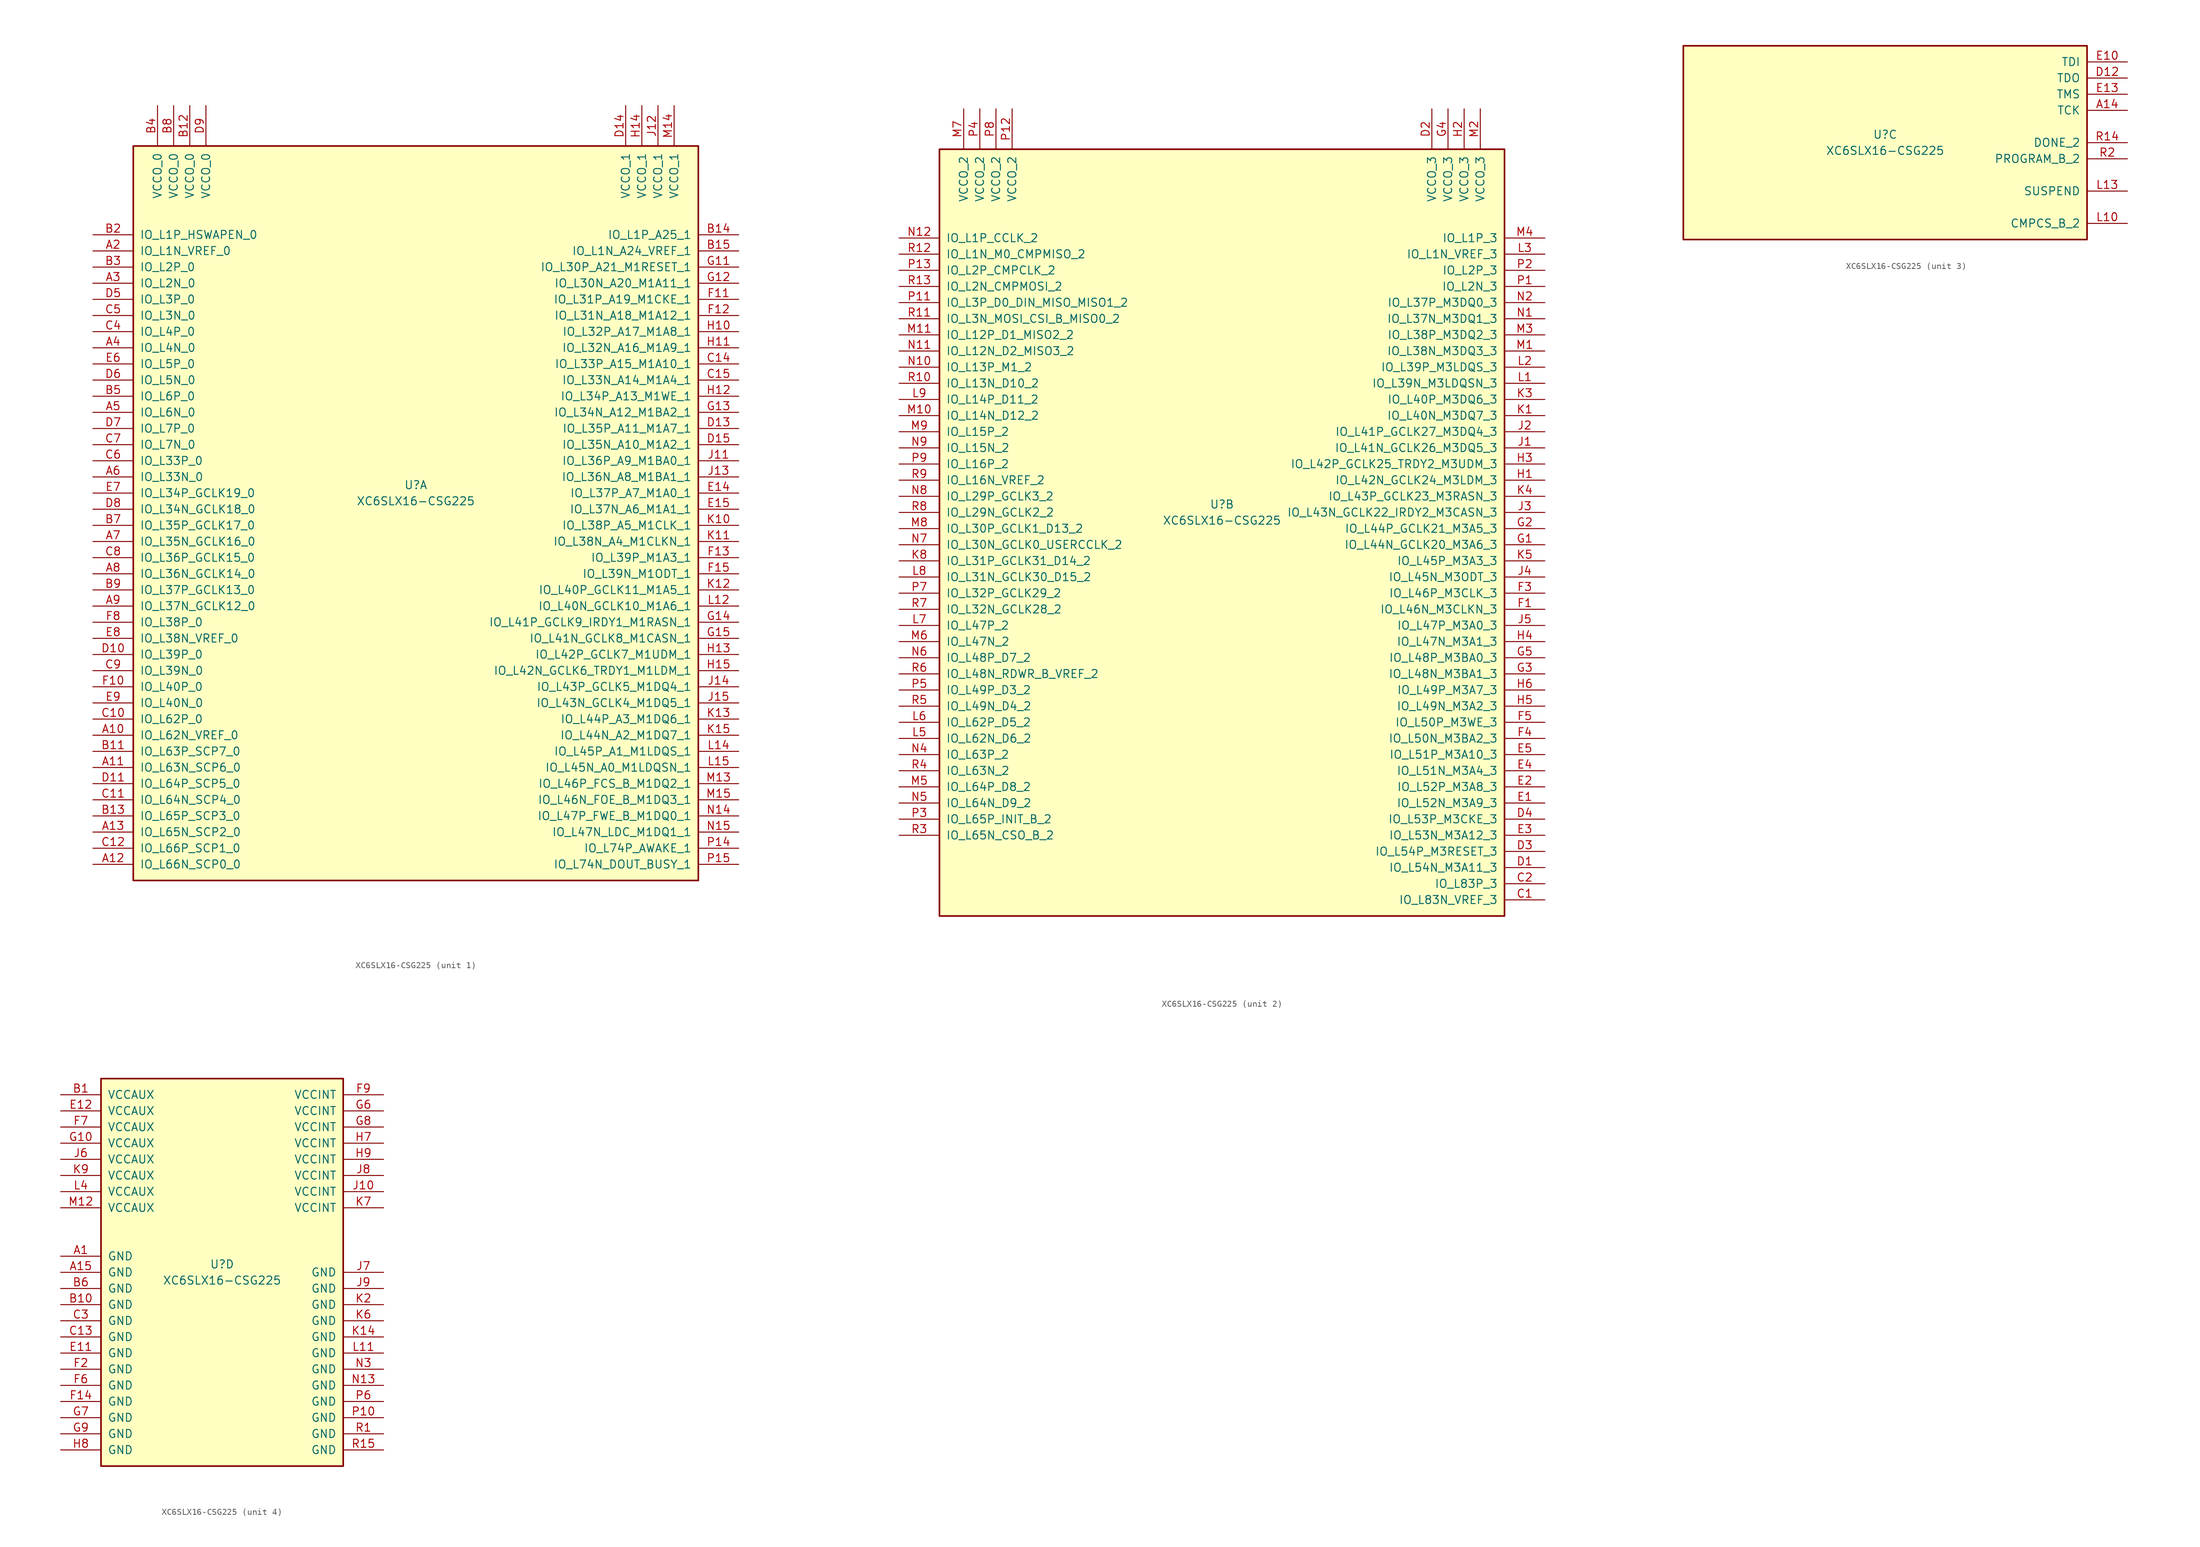
<source format=kicad_sym>
(kicad_symbol_lib
  (version 20220914)
  (generator kicad_symbol_editor)
  (symbol "XC6SLX16-CSG225"
    (pin_names
      (offset 1.016))
    (property "Reference" "U"
      (at 0 1.27 0)
      (effects (font (size 1.27 1.27))))
    (property "Value" "XC6SLX16-CSG225"
      (at 0 -1.27 0)
      (effects (font (size 1.27 1.27))))
    (property "Datasheet" ""
      (at 0 0 0)
      (effects (font (size 1.27 1.27))))
    (property "ki_locked" ""
      (at 0 0 0)
      (effects (font (size 1.27 1.27))))
    (symbol "XC6SLX16-CSG225_1_1"
      (rectangle (start -44.45 54.61) (end 44.45 -60.96) (stroke (width 0.254) (type default)) (fill (type background)))
      (pin bidirectional line (at -50.8 -38.1 0) (length 6.35) (name "IO_L62N_VREF_0" (effects (font (size 1.27 1.27)))) (number "A10" (effects (font (size 1.27 1.27)))))
      (pin bidirectional line (at -50.8 -43.18 0) (length 6.35) (name "IO_L63N_SCP6_0" (effects (font (size 1.27 1.27)))) (number "A11" (effects (font (size 1.27 1.27)))))
      (pin bidirectional line (at -50.8 -58.42 0) (length 6.35) (name "IO_L66N_SCP0_0" (effects (font (size 1.27 1.27)))) (number "A12" (effects (font (size 1.27 1.27)))))
      (pin bidirectional line (at -50.8 -53.34 0) (length 6.35) (name "IO_L65N_SCP2_0" (effects (font (size 1.27 1.27)))) (number "A13" (effects (font (size 1.27 1.27)))))
      (pin bidirectional line (at -50.8 38.1 0) (length 6.35) (name "IO_L1N_VREF_0" (effects (font (size 1.27 1.27)))) (number "A2" (effects (font (size 1.27 1.27)))))
      (pin bidirectional line (at -50.8 33.02 0) (length 6.35) (name "IO_L2N_0" (effects (font (size 1.27 1.27)))) (number "A3" (effects (font (size 1.27 1.27)))))
      (pin bidirectional line (at -50.8 22.86 0) (length 6.35) (name "IO_L4N_0" (effects (font (size 1.27 1.27)))) (number "A4" (effects (font (size 1.27 1.27)))))
      (pin bidirectional line (at -50.8 12.7 0) (length 6.35) (name "IO_L6N_0" (effects (font (size 1.27 1.27)))) (number "A5" (effects (font (size 1.27 1.27)))))
      (pin bidirectional line (at -50.8 2.54 0) (length 6.35) (name "IO_L33N_0" (effects (font (size 1.27 1.27)))) (number "A6" (effects (font (size 1.27 1.27)))))
      (pin bidirectional line (at -50.8 -7.62 0) (length 6.35) (name "IO_L35N_GCLK16_0" (effects (font (size 1.27 1.27)))) (number "A7" (effects (font (size 1.27 1.27)))))
      (pin bidirectional line (at -50.8 -12.7 0) (length 6.35) (name "IO_L36N_GCLK14_0" (effects (font (size 1.27 1.27)))) (number "A8" (effects (font (size 1.27 1.27)))))
      (pin bidirectional line (at -50.8 -17.78 0) (length 6.35) (name "IO_L37N_GCLK12_0" (effects (font (size 1.27 1.27)))) (number "A9" (effects (font (size 1.27 1.27)))))
      (pin bidirectional line (at -50.8 -40.64 0) (length 6.35) (name "IO_L63P_SCP7_0" (effects (font (size 1.27 1.27)))) (number "B11" (effects (font (size 1.27 1.27)))))
      (pin power_in line (at -35.56 60.96 270) (length 6.35) (name "VCCO_0" (effects (font (size 1.27 1.27)))) (number "B12" (effects (font (size 1.27 1.27)))))
      (pin bidirectional line (at -50.8 -50.8 0) (length 6.35) (name "IO_L65P_SCP3_0" (effects (font (size 1.27 1.27)))) (number "B13" (effects (font (size 1.27 1.27)))))
      (pin bidirectional line (at 50.8 40.64 180) (length 6.35) (name "IO_L1P_A25_1" (effects (font (size 1.27 1.27)))) (number "B14" (effects (font (size 1.27 1.27)))))
      (pin bidirectional line (at 50.8 38.1 180) (length 6.35) (name "IO_L1N_A24_VREF_1" (effects (font (size 1.27 1.27)))) (number "B15" (effects (font (size 1.27 1.27)))))
      (pin bidirectional line (at -50.8 40.64 0) (length 6.35) (name "IO_L1P_HSWAPEN_0" (effects (font (size 1.27 1.27)))) (number "B2" (effects (font (size 1.27 1.27)))))
      (pin bidirectional line (at -50.8 35.56 0) (length 6.35) (name "IO_L2P_0" (effects (font (size 1.27 1.27)))) (number "B3" (effects (font (size 1.27 1.27)))))
      (pin power_in line (at -40.64 60.96 270) (length 6.35) (name "VCCO_0" (effects (font (size 1.27 1.27)))) (number "B4" (effects (font (size 1.27 1.27)))))
      (pin bidirectional line (at -50.8 15.24 0) (length 6.35) (name "IO_L6P_0" (effects (font (size 1.27 1.27)))) (number "B5" (effects (font (size 1.27 1.27)))))
      (pin bidirectional line (at -50.8 -5.08 0) (length 6.35) (name "IO_L35P_GCLK17_0" (effects (font (size 1.27 1.27)))) (number "B7" (effects (font (size 1.27 1.27)))))
      (pin power_in line (at -38.1 60.96 270) (length 6.35) (name "VCCO_0" (effects (font (size 1.27 1.27)))) (number "B8" (effects (font (size 1.27 1.27)))))
      (pin bidirectional line (at -50.8 -15.24 0) (length 6.35) (name "IO_L37P_GCLK13_0" (effects (font (size 1.27 1.27)))) (number "B9" (effects (font (size 1.27 1.27)))))
      (pin bidirectional line (at -50.8 -35.56 0) (length 6.35) (name "IO_L62P_0" (effects (font (size 1.27 1.27)))) (number "C10" (effects (font (size 1.27 1.27)))))
      (pin bidirectional line (at -50.8 -48.26 0) (length 6.35) (name "IO_L64N_SCP4_0" (effects (font (size 1.27 1.27)))) (number "C11" (effects (font (size 1.27 1.27)))))
      (pin bidirectional line (at -50.8 -55.88 0) (length 6.35) (name "IO_L66P_SCP1_0" (effects (font (size 1.27 1.27)))) (number "C12" (effects (font (size 1.27 1.27)))))
      (pin bidirectional line (at 50.8 20.32 180) (length 6.35) (name "IO_L33P_A15_M1A10_1" (effects (font (size 1.27 1.27)))) (number "C14" (effects (font (size 1.27 1.27)))))
      (pin bidirectional line (at 50.8 17.78 180) (length 6.35) (name "IO_L33N_A14_M1A4_1" (effects (font (size 1.27 1.27)))) (number "C15" (effects (font (size 1.27 1.27)))))
      (pin bidirectional line (at -50.8 25.4 0) (length 6.35) (name "IO_L4P_0" (effects (font (size 1.27 1.27)))) (number "C4" (effects (font (size 1.27 1.27)))))
      (pin bidirectional line (at -50.8 27.94 0) (length 6.35) (name "IO_L3N_0" (effects (font (size 1.27 1.27)))) (number "C5" (effects (font (size 1.27 1.27)))))
      (pin bidirectional line (at -50.8 5.08 0) (length 6.35) (name "IO_L33P_0" (effects (font (size 1.27 1.27)))) (number "C6" (effects (font (size 1.27 1.27)))))
      (pin bidirectional line (at -50.8 7.62 0) (length 6.35) (name "IO_L7N_0" (effects (font (size 1.27 1.27)))) (number "C7" (effects (font (size 1.27 1.27)))))
      (pin bidirectional line (at -50.8 -10.16 0) (length 6.35) (name "IO_L36P_GCLK15_0" (effects (font (size 1.27 1.27)))) (number "C8" (effects (font (size 1.27 1.27)))))
      (pin bidirectional line (at -50.8 -27.94 0) (length 6.35) (name "IO_L39N_0" (effects (font (size 1.27 1.27)))) (number "C9" (effects (font (size 1.27 1.27)))))
      (pin bidirectional line (at -50.8 -25.4 0) (length 6.35) (name "IO_L39P_0" (effects (font (size 1.27 1.27)))) (number "D10" (effects (font (size 1.27 1.27)))))
      (pin bidirectional line (at -50.8 -45.72 0) (length 6.35) (name "IO_L64P_SCP5_0" (effects (font (size 1.27 1.27)))) (number "D11" (effects (font (size 1.27 1.27)))))
      (pin bidirectional line (at 50.8 10.16 180) (length 6.35) (name "IO_L35P_A11_M1A7_1" (effects (font (size 1.27 1.27)))) (number "D13" (effects (font (size 1.27 1.27)))))
      (pin power_in line (at 33.02 60.96 270) (length 6.35) (name "VCCO_1" (effects (font (size 1.27 1.27)))) (number "D14" (effects (font (size 1.27 1.27)))))
      (pin bidirectional line (at 50.8 7.62 180) (length 6.35) (name "IO_L35N_A10_M1A2_1" (effects (font (size 1.27 1.27)))) (number "D15" (effects (font (size 1.27 1.27)))))
      (pin bidirectional line (at -50.8 30.48 0) (length 6.35) (name "IO_L3P_0" (effects (font (size 1.27 1.27)))) (number "D5" (effects (font (size 1.27 1.27)))))
      (pin bidirectional line (at -50.8 17.78 0) (length 6.35) (name "IO_L5N_0" (effects (font (size 1.27 1.27)))) (number "D6" (effects (font (size 1.27 1.27)))))
      (pin bidirectional line (at -50.8 10.16 0) (length 6.35) (name "IO_L7P_0" (effects (font (size 1.27 1.27)))) (number "D7" (effects (font (size 1.27 1.27)))))
      (pin bidirectional line (at -50.8 -2.54 0) (length 6.35) (name "IO_L34N_GCLK18_0" (effects (font (size 1.27 1.27)))) (number "D8" (effects (font (size 1.27 1.27)))))
      (pin power_in line (at -33.02 60.96 270) (length 6.35) (name "VCCO_0" (effects (font (size 1.27 1.27)))) (number "D9" (effects (font (size 1.27 1.27)))))
      (pin bidirectional line (at 50.8 0 180) (length 6.35) (name "IO_L37P_A7_M1A0_1" (effects (font (size 1.27 1.27)))) (number "E14" (effects (font (size 1.27 1.27)))))
      (pin bidirectional line (at 50.8 -2.54 180) (length 6.35) (name "IO_L37N_A6_M1A1_1" (effects (font (size 1.27 1.27)))) (number "E15" (effects (font (size 1.27 1.27)))))
      (pin bidirectional line (at -50.8 20.32 0) (length 6.35) (name "IO_L5P_0" (effects (font (size 1.27 1.27)))) (number "E6" (effects (font (size 1.27 1.27)))))
      (pin bidirectional line (at -50.8 0 0) (length 6.35) (name "IO_L34P_GCLK19_0" (effects (font (size 1.27 1.27)))) (number "E7" (effects (font (size 1.27 1.27)))))
      (pin bidirectional line (at -50.8 -22.86 0) (length 6.35) (name "IO_L38N_VREF_0" (effects (font (size 1.27 1.27)))) (number "E8" (effects (font (size 1.27 1.27)))))
      (pin bidirectional line (at -50.8 -33.02 0) (length 6.35) (name "IO_L40N_0" (effects (font (size 1.27 1.27)))) (number "E9" (effects (font (size 1.27 1.27)))))
      (pin bidirectional line (at -50.8 -30.48 0) (length 6.35) (name "IO_L40P_0" (effects (font (size 1.27 1.27)))) (number "F10" (effects (font (size 1.27 1.27)))))
      (pin bidirectional line (at 50.8 30.48 180) (length 6.35) (name "IO_L31P_A19_M1CKE_1" (effects (font (size 1.27 1.27)))) (number "F11" (effects (font (size 1.27 1.27)))))
      (pin bidirectional line (at 50.8 27.94 180) (length 6.35) (name "IO_L31N_A18_M1A12_1" (effects (font (size 1.27 1.27)))) (number "F12" (effects (font (size 1.27 1.27)))))
      (pin bidirectional line (at 50.8 -10.16 180) (length 6.35) (name "IO_L39P_M1A3_1" (effects (font (size 1.27 1.27)))) (number "F13" (effects (font (size 1.27 1.27)))))
      (pin bidirectional line (at 50.8 -12.7 180) (length 6.35) (name "IO_L39N_M1ODT_1" (effects (font (size 1.27 1.27)))) (number "F15" (effects (font (size 1.27 1.27)))))
      (pin bidirectional line (at -50.8 -20.32 0) (length 6.35) (name "IO_L38P_0" (effects (font (size 1.27 1.27)))) (number "F8" (effects (font (size 1.27 1.27)))))
      (pin bidirectional line (at 50.8 35.56 180) (length 6.35) (name "IO_L30P_A21_M1RESET_1" (effects (font (size 1.27 1.27)))) (number "G11" (effects (font (size 1.27 1.27)))))
      (pin bidirectional line (at 50.8 33.02 180) (length 6.35) (name "IO_L30N_A20_M1A11_1" (effects (font (size 1.27 1.27)))) (number "G12" (effects (font (size 1.27 1.27)))))
      (pin bidirectional line (at 50.8 12.7 180) (length 6.35) (name "IO_L34N_A12_M1BA2_1" (effects (font (size 1.27 1.27)))) (number "G13" (effects (font (size 1.27 1.27)))))
      (pin bidirectional line (at 50.8 -20.32 180) (length 6.35) (name "IO_L41P_GCLK9_IRDY1_M1RASN_1" (effects (font (size 1.27 1.27)))) (number "G14" (effects (font (size 1.27 1.27)))))
      (pin bidirectional line (at 50.8 -22.86 180) (length 6.35) (name "IO_L41N_GCLK8_M1CASN_1" (effects (font (size 1.27 1.27)))) (number "G15" (effects (font (size 1.27 1.27)))))
      (pin bidirectional line (at 50.8 25.4 180) (length 6.35) (name "IO_L32P_A17_M1A8_1" (effects (font (size 1.27 1.27)))) (number "H10" (effects (font (size 1.27 1.27)))))
      (pin bidirectional line (at 50.8 22.86 180) (length 6.35) (name "IO_L32N_A16_M1A9_1" (effects (font (size 1.27 1.27)))) (number "H11" (effects (font (size 1.27 1.27)))))
      (pin bidirectional line (at 50.8 15.24 180) (length 6.35) (name "IO_L34P_A13_M1WE_1" (effects (font (size 1.27 1.27)))) (number "H12" (effects (font (size 1.27 1.27)))))
      (pin bidirectional line (at 50.8 -25.4 180) (length 6.35) (name "IO_L42P_GCLK7_M1UDM_1" (effects (font (size 1.27 1.27)))) (number "H13" (effects (font (size 1.27 1.27)))))
      (pin power_in line (at 35.56 60.96 270) (length 6.35) (name "VCCO_1" (effects (font (size 1.27 1.27)))) (number "H14" (effects (font (size 1.27 1.27)))))
      (pin bidirectional line (at 50.8 -27.94 180) (length 6.35) (name "IO_L42N_GCLK6_TRDY1_M1LDM_1" (effects (font (size 1.27 1.27)))) (number "H15" (effects (font (size 1.27 1.27)))))
      (pin bidirectional line (at 50.8 5.08 180) (length 6.35) (name "IO_L36P_A9_M1BA0_1" (effects (font (size 1.27 1.27)))) (number "J11" (effects (font (size 1.27 1.27)))))
      (pin power_in line (at 38.1 60.96 270) (length 6.35) (name "VCCO_1" (effects (font (size 1.27 1.27)))) (number "J12" (effects (font (size 1.27 1.27)))))
      (pin bidirectional line (at 50.8 2.54 180) (length 6.35) (name "IO_L36N_A8_M1BA1_1" (effects (font (size 1.27 1.27)))) (number "J13" (effects (font (size 1.27 1.27)))))
      (pin bidirectional line (at 50.8 -30.48 180) (length 6.35) (name "IO_L43P_GCLK5_M1DQ4_1" (effects (font (size 1.27 1.27)))) (number "J14" (effects (font (size 1.27 1.27)))))
      (pin bidirectional line (at 50.8 -33.02 180) (length 6.35) (name "IO_L43N_GCLK4_M1DQ5_1" (effects (font (size 1.27 1.27)))) (number "J15" (effects (font (size 1.27 1.27)))))
      (pin bidirectional line (at 50.8 -5.08 180) (length 6.35) (name "IO_L38P_A5_M1CLK_1" (effects (font (size 1.27 1.27)))) (number "K10" (effects (font (size 1.27 1.27)))))
      (pin bidirectional line (at 50.8 -7.62 180) (length 6.35) (name "IO_L38N_A4_M1CLKN_1" (effects (font (size 1.27 1.27)))) (number "K11" (effects (font (size 1.27 1.27)))))
      (pin bidirectional line (at 50.8 -15.24 180) (length 6.35) (name "IO_L40P_GCLK11_M1A5_1" (effects (font (size 1.27 1.27)))) (number "K12" (effects (font (size 1.27 1.27)))))
      (pin bidirectional line (at 50.8 -35.56 180) (length 6.35) (name "IO_L44P_A3_M1DQ6_1" (effects (font (size 1.27 1.27)))) (number "K13" (effects (font (size 1.27 1.27)))))
      (pin bidirectional line (at 50.8 -38.1 180) (length 6.35) (name "IO_L44N_A2_M1DQ7_1" (effects (font (size 1.27 1.27)))) (number "K15" (effects (font (size 1.27 1.27)))))
      (pin bidirectional line (at 50.8 -17.78 180) (length 6.35) (name "IO_L40N_GCLK10_M1A6_1" (effects (font (size 1.27 1.27)))) (number "L12" (effects (font (size 1.27 1.27)))))
      (pin bidirectional line (at 50.8 -40.64 180) (length 6.35) (name "IO_L45P_A1_M1LDQS_1" (effects (font (size 1.27 1.27)))) (number "L14" (effects (font (size 1.27 1.27)))))
      (pin bidirectional line (at 50.8 -43.18 180) (length 6.35) (name "IO_L45N_A0_M1LDQSN_1" (effects (font (size 1.27 1.27)))) (number "L15" (effects (font (size 1.27 1.27)))))
      (pin bidirectional line (at 50.8 -45.72 180) (length 6.35) (name "IO_L46P_FCS_B_M1DQ2_1" (effects (font (size 1.27 1.27)))) (number "M13" (effects (font (size 1.27 1.27)))))
      (pin power_in line (at 40.64 60.96 270) (length 6.35) (name "VCCO_1" (effects (font (size 1.27 1.27)))) (number "M14" (effects (font (size 1.27 1.27)))))
      (pin bidirectional line (at 50.8 -48.26 180) (length 6.35) (name "IO_L46N_FOE_B_M1DQ3_1" (effects (font (size 1.27 1.27)))) (number "M15" (effects (font (size 1.27 1.27)))))
      (pin bidirectional line (at 50.8 -50.8 180) (length 6.35) (name "IO_L47P_FWE_B_M1DQ0_1" (effects (font (size 1.27 1.27)))) (number "N14" (effects (font (size 1.27 1.27)))))
      (pin bidirectional line (at 50.8 -53.34 180) (length 6.35) (name "IO_L47N_LDC_M1DQ1_1" (effects (font (size 1.27 1.27)))) (number "N15" (effects (font (size 1.27 1.27)))))
      (pin bidirectional line (at 50.8 -55.88 180) (length 6.35) (name "IO_L74P_AWAKE_1" (effects (font (size 1.27 1.27)))) (number "P14" (effects (font (size 1.27 1.27)))))
      (pin bidirectional line (at 50.8 -58.42 180) (length 6.35) (name "IO_L74N_DOUT_BUSY_1" (effects (font (size 1.27 1.27)))) (number "P15" (effects (font (size 1.27 1.27))))))
    (symbol "XC6SLX16-CSG225_2_1"
      (rectangle (start -44.45 57.15) (end 44.45 -63.5) (stroke (width 0.254) (type default)) (fill (type background)))
      (pin bidirectional line (at 50.8 -60.96 180) (length 6.35) (name "IO_L83N_VREF_3" (effects (font (size 1.27 1.27)))) (number "C1" (effects (font (size 1.27 1.27)))))
      (pin bidirectional line (at 50.8 -58.42 180) (length 6.35) (name "IO_L83P_3" (effects (font (size 1.27 1.27)))) (number "C2" (effects (font (size 1.27 1.27)))))
      (pin bidirectional line (at 50.8 -55.88 180) (length 6.35) (name "IO_L54N_M3A11_3" (effects (font (size 1.27 1.27)))) (number "D1" (effects (font (size 1.27 1.27)))))
      (pin power_in line (at 33.02 63.5 270) (length 6.35) (name "VCCO_3" (effects (font (size 1.27 1.27)))) (number "D2" (effects (font (size 1.27 1.27)))))
      (pin bidirectional line (at 50.8 -53.34 180) (length 6.35) (name "IO_L54P_M3RESET_3" (effects (font (size 1.27 1.27)))) (number "D3" (effects (font (size 1.27 1.27)))))
      (pin bidirectional line (at 50.8 -48.26 180) (length 6.35) (name "IO_L53P_M3CKE_3" (effects (font (size 1.27 1.27)))) (number "D4" (effects (font (size 1.27 1.27)))))
      (pin bidirectional line (at 50.8 -45.72 180) (length 6.35) (name "IO_L52N_M3A9_3" (effects (font (size 1.27 1.27)))) (number "E1" (effects (font (size 1.27 1.27)))))
      (pin bidirectional line (at 50.8 -43.18 180) (length 6.35) (name "IO_L52P_M3A8_3" (effects (font (size 1.27 1.27)))) (number "E2" (effects (font (size 1.27 1.27)))))
      (pin bidirectional line (at 50.8 -50.8 180) (length 6.35) (name "IO_L53N_M3A12_3" (effects (font (size 1.27 1.27)))) (number "E3" (effects (font (size 1.27 1.27)))))
      (pin bidirectional line (at 50.8 -40.64 180) (length 6.35) (name "IO_L51N_M3A4_3" (effects (font (size 1.27 1.27)))) (number "E4" (effects (font (size 1.27 1.27)))))
      (pin bidirectional line (at 50.8 -38.1 180) (length 6.35) (name "IO_L51P_M3A10_3" (effects (font (size 1.27 1.27)))) (number "E5" (effects (font (size 1.27 1.27)))))
      (pin bidirectional line (at 50.8 -15.24 180) (length 6.35) (name "IO_L46N_M3CLKN_3" (effects (font (size 1.27 1.27)))) (number "F1" (effects (font (size 1.27 1.27)))))
      (pin bidirectional line (at 50.8 -12.7 180) (length 6.35) (name "IO_L46P_M3CLK_3" (effects (font (size 1.27 1.27)))) (number "F3" (effects (font (size 1.27 1.27)))))
      (pin bidirectional line (at 50.8 -35.56 180) (length 6.35) (name "IO_L50N_M3BA2_3" (effects (font (size 1.27 1.27)))) (number "F4" (effects (font (size 1.27 1.27)))))
      (pin bidirectional line (at 50.8 -33.02 180) (length 6.35) (name "IO_L50P_M3WE_3" (effects (font (size 1.27 1.27)))) (number "F5" (effects (font (size 1.27 1.27)))))
      (pin bidirectional line (at 50.8 -5.08 180) (length 6.35) (name "IO_L44N_GCLK20_M3A6_3" (effects (font (size 1.27 1.27)))) (number "G1" (effects (font (size 1.27 1.27)))))
      (pin bidirectional line (at 50.8 -2.54 180) (length 6.35) (name "IO_L44P_GCLK21_M3A5_3" (effects (font (size 1.27 1.27)))) (number "G2" (effects (font (size 1.27 1.27)))))
      (pin bidirectional line (at 50.8 -25.4 180) (length 6.35) (name "IO_L48N_M3BA1_3" (effects (font (size 1.27 1.27)))) (number "G3" (effects (font (size 1.27 1.27)))))
      (pin power_in line (at 35.56 63.5 270) (length 6.35) (name "VCCO_3" (effects (font (size 1.27 1.27)))) (number "G4" (effects (font (size 1.27 1.27)))))
      (pin bidirectional line (at 50.8 -22.86 180) (length 6.35) (name "IO_L48P_M3BA0_3" (effects (font (size 1.27 1.27)))) (number "G5" (effects (font (size 1.27 1.27)))))
      (pin bidirectional line (at 50.8 5.08 180) (length 6.35) (name "IO_L42N_GCLK24_M3LDM_3" (effects (font (size 1.27 1.27)))) (number "H1" (effects (font (size 1.27 1.27)))))
      (pin power_in line (at 38.1 63.5 270) (length 6.35) (name "VCCO_3" (effects (font (size 1.27 1.27)))) (number "H2" (effects (font (size 1.27 1.27)))))
      (pin bidirectional line (at 50.8 7.62 180) (length 6.35) (name "IO_L42P_GCLK25_TRDY2_M3UDM_3" (effects (font (size 1.27 1.27)))) (number "H3" (effects (font (size 1.27 1.27)))))
      (pin bidirectional line (at 50.8 -20.32 180) (length 6.35) (name "IO_L47N_M3A1_3" (effects (font (size 1.27 1.27)))) (number "H4" (effects (font (size 1.27 1.27)))))
      (pin bidirectional line (at 50.8 -30.48 180) (length 6.35) (name "IO_L49N_M3A2_3" (effects (font (size 1.27 1.27)))) (number "H5" (effects (font (size 1.27 1.27)))))
      (pin bidirectional line (at 50.8 -27.94 180) (length 6.35) (name "IO_L49P_M3A7_3" (effects (font (size 1.27 1.27)))) (number "H6" (effects (font (size 1.27 1.27)))))
      (pin bidirectional line (at 50.8 10.16 180) (length 6.35) (name "IO_L41N_GCLK26_M3DQ5_3" (effects (font (size 1.27 1.27)))) (number "J1" (effects (font (size 1.27 1.27)))))
      (pin bidirectional line (at 50.8 12.7 180) (length 6.35) (name "IO_L41P_GCLK27_M3DQ4_3" (effects (font (size 1.27 1.27)))) (number "J2" (effects (font (size 1.27 1.27)))))
      (pin bidirectional line (at 50.8 0 180) (length 6.35) (name "IO_L43N_GCLK22_IRDY2_M3CASN_3" (effects (font (size 1.27 1.27)))) (number "J3" (effects (font (size 1.27 1.27)))))
      (pin bidirectional line (at 50.8 -10.16 180) (length 6.35) (name "IO_L45N_M3ODT_3" (effects (font (size 1.27 1.27)))) (number "J4" (effects (font (size 1.27 1.27)))))
      (pin bidirectional line (at 50.8 -17.78 180) (length 6.35) (name "IO_L47P_M3A0_3" (effects (font (size 1.27 1.27)))) (number "J5" (effects (font (size 1.27 1.27)))))
      (pin bidirectional line (at 50.8 15.24 180) (length 6.35) (name "IO_L40N_M3DQ7_3" (effects (font (size 1.27 1.27)))) (number "K1" (effects (font (size 1.27 1.27)))))
      (pin bidirectional line (at 50.8 17.78 180) (length 6.35) (name "IO_L40P_M3DQ6_3" (effects (font (size 1.27 1.27)))) (number "K3" (effects (font (size 1.27 1.27)))))
      (pin bidirectional line (at 50.8 2.54 180) (length 6.35) (name "IO_L43P_GCLK23_M3RASN_3" (effects (font (size 1.27 1.27)))) (number "K4" (effects (font (size 1.27 1.27)))))
      (pin bidirectional line (at 50.8 -7.62 180) (length 6.35) (name "IO_L45P_M3A3_3" (effects (font (size 1.27 1.27)))) (number "K5" (effects (font (size 1.27 1.27)))))
      (pin bidirectional line (at -50.8 -7.62 0) (length 6.35) (name "IO_L31P_GCLK31_D14_2" (effects (font (size 1.27 1.27)))) (number "K8" (effects (font (size 1.27 1.27)))))
      (pin bidirectional line (at 50.8 20.32 180) (length 6.35) (name "IO_L39N_M3LDQSN_3" (effects (font (size 1.27 1.27)))) (number "L1" (effects (font (size 1.27 1.27)))))
      (pin bidirectional line (at 50.8 22.86 180) (length 6.35) (name "IO_L39P_M3LDQS_3" (effects (font (size 1.27 1.27)))) (number "L2" (effects (font (size 1.27 1.27)))))
      (pin bidirectional line (at 50.8 40.64 180) (length 6.35) (name "IO_L1N_VREF_3" (effects (font (size 1.27 1.27)))) (number "L3" (effects (font (size 1.27 1.27)))))
      (pin bidirectional line (at -50.8 -35.56 0) (length 6.35) (name "IO_L62N_D6_2" (effects (font (size 1.27 1.27)))) (number "L5" (effects (font (size 1.27 1.27)))))
      (pin bidirectional line (at -50.8 -33.02 0) (length 6.35) (name "IO_L62P_D5_2" (effects (font (size 1.27 1.27)))) (number "L6" (effects (font (size 1.27 1.27)))))
      (pin bidirectional line (at -50.8 -17.78 0) (length 6.35) (name "IO_L47P_2" (effects (font (size 1.27 1.27)))) (number "L7" (effects (font (size 1.27 1.27)))))
      (pin bidirectional line (at -50.8 -10.16 0) (length 6.35) (name "IO_L31N_GCLK30_D15_2" (effects (font (size 1.27 1.27)))) (number "L8" (effects (font (size 1.27 1.27)))))
      (pin bidirectional line (at -50.8 17.78 0) (length 6.35) (name "IO_L14P_D11_2" (effects (font (size 1.27 1.27)))) (number "L9" (effects (font (size 1.27 1.27)))))
      (pin bidirectional line (at 50.8 25.4 180) (length 6.35) (name "IO_L38N_M3DQ3_3" (effects (font (size 1.27 1.27)))) (number "M1" (effects (font (size 1.27 1.27)))))
      (pin bidirectional line (at -50.8 15.24 0) (length 6.35) (name "IO_L14N_D12_2" (effects (font (size 1.27 1.27)))) (number "M10" (effects (font (size 1.27 1.27)))))
      (pin bidirectional line (at -50.8 27.94 0) (length 6.35) (name "IO_L12P_D1_MISO2_2" (effects (font (size 1.27 1.27)))) (number "M11" (effects (font (size 1.27 1.27)))))
      (pin power_in line (at 40.64 63.5 270) (length 6.35) (name "VCCO_3" (effects (font (size 1.27 1.27)))) (number "M2" (effects (font (size 1.27 1.27)))))
      (pin bidirectional line (at 50.8 27.94 180) (length 6.35) (name "IO_L38P_M3DQ2_3" (effects (font (size 1.27 1.27)))) (number "M3" (effects (font (size 1.27 1.27)))))
      (pin bidirectional line (at 50.8 43.18 180) (length 6.35) (name "IO_L1P_3" (effects (font (size 1.27 1.27)))) (number "M4" (effects (font (size 1.27 1.27)))))
      (pin bidirectional line (at -50.8 -43.18 0) (length 6.35) (name "IO_L64P_D8_2" (effects (font (size 1.27 1.27)))) (number "M5" (effects (font (size 1.27 1.27)))))
      (pin bidirectional line (at -50.8 -20.32 0) (length 6.35) (name "IO_L47N_2" (effects (font (size 1.27 1.27)))) (number "M6" (effects (font (size 1.27 1.27)))))
      (pin power_in line (at -40.64 63.5 270) (length 6.35) (name "VCCO_2" (effects (font (size 1.27 1.27)))) (number "M7" (effects (font (size 1.27 1.27)))))
      (pin bidirectional line (at -50.8 -2.54 0) (length 6.35) (name "IO_L30P_GCLK1_D13_2" (effects (font (size 1.27 1.27)))) (number "M8" (effects (font (size 1.27 1.27)))))
      (pin bidirectional line (at -50.8 12.7 0) (length 6.35) (name "IO_L15P_2" (effects (font (size 1.27 1.27)))) (number "M9" (effects (font (size 1.27 1.27)))))
      (pin bidirectional line (at 50.8 30.48 180) (length 6.35) (name "IO_L37N_M3DQ1_3" (effects (font (size 1.27 1.27)))) (number "N1" (effects (font (size 1.27 1.27)))))
      (pin bidirectional line (at -50.8 22.86 0) (length 6.35) (name "IO_L13P_M1_2" (effects (font (size 1.27 1.27)))) (number "N10" (effects (font (size 1.27 1.27)))))
      (pin bidirectional line (at -50.8 25.4 0) (length 6.35) (name "IO_L12N_D2_MISO3_2" (effects (font (size 1.27 1.27)))) (number "N11" (effects (font (size 1.27 1.27)))))
      (pin bidirectional line (at -50.8 43.18 0) (length 6.35) (name "IO_L1P_CCLK_2" (effects (font (size 1.27 1.27)))) (number "N12" (effects (font (size 1.27 1.27)))))
      (pin bidirectional line (at 50.8 33.02 180) (length 6.35) (name "IO_L37P_M3DQ0_3" (effects (font (size 1.27 1.27)))) (number "N2" (effects (font (size 1.27 1.27)))))
      (pin bidirectional line (at -50.8 -38.1 0) (length 6.35) (name "IO_L63P_2" (effects (font (size 1.27 1.27)))) (number "N4" (effects (font (size 1.27 1.27)))))
      (pin bidirectional line (at -50.8 -45.72 0) (length 6.35) (name "IO_L64N_D9_2" (effects (font (size 1.27 1.27)))) (number "N5" (effects (font (size 1.27 1.27)))))
      (pin bidirectional line (at -50.8 -22.86 0) (length 6.35) (name "IO_L48P_D7_2" (effects (font (size 1.27 1.27)))) (number "N6" (effects (font (size 1.27 1.27)))))
      (pin bidirectional line (at -50.8 -5.08 0) (length 6.35) (name "IO_L30N_GCLK0_USERCCLK_2" (effects (font (size 1.27 1.27)))) (number "N7" (effects (font (size 1.27 1.27)))))
      (pin bidirectional line (at -50.8 2.54 0) (length 6.35) (name "IO_L29P_GCLK3_2" (effects (font (size 1.27 1.27)))) (number "N8" (effects (font (size 1.27 1.27)))))
      (pin bidirectional line (at -50.8 10.16 0) (length 6.35) (name "IO_L15N_2" (effects (font (size 1.27 1.27)))) (number "N9" (effects (font (size 1.27 1.27)))))
      (pin bidirectional line (at 50.8 35.56 180) (length 6.35) (name "IO_L2N_3" (effects (font (size 1.27 1.27)))) (number "P1" (effects (font (size 1.27 1.27)))))
      (pin bidirectional line (at -50.8 33.02 0) (length 6.35) (name "IO_L3P_D0_DIN_MISO_MISO1_2" (effects (font (size 1.27 1.27)))) (number "P11" (effects (font (size 1.27 1.27)))))
      (pin power_in line (at -33.02 63.5 270) (length 6.35) (name "VCCO_2" (effects (font (size 1.27 1.27)))) (number "P12" (effects (font (size 1.27 1.27)))))
      (pin bidirectional line (at -50.8 38.1 0) (length 6.35) (name "IO_L2P_CMPCLK_2" (effects (font (size 1.27 1.27)))) (number "P13" (effects (font (size 1.27 1.27)))))
      (pin bidirectional line (at 50.8 38.1 180) (length 6.35) (name "IO_L2P_3" (effects (font (size 1.27 1.27)))) (number "P2" (effects (font (size 1.27 1.27)))))
      (pin bidirectional line (at -50.8 -48.26 0) (length 6.35) (name "IO_L65P_INIT_B_2" (effects (font (size 1.27 1.27)))) (number "P3" (effects (font (size 1.27 1.27)))))
      (pin power_in line (at -38.1 63.5 270) (length 6.35) (name "VCCO_2" (effects (font (size 1.27 1.27)))) (number "P4" (effects (font (size 1.27 1.27)))))
      (pin bidirectional line (at -50.8 -27.94 0) (length 6.35) (name "IO_L49P_D3_2" (effects (font (size 1.27 1.27)))) (number "P5" (effects (font (size 1.27 1.27)))))
      (pin bidirectional line (at -50.8 -12.7 0) (length 6.35) (name "IO_L32P_GCLK29_2" (effects (font (size 1.27 1.27)))) (number "P7" (effects (font (size 1.27 1.27)))))
      (pin power_in line (at -35.56 63.5 270) (length 6.35) (name "VCCO_2" (effects (font (size 1.27 1.27)))) (number "P8" (effects (font (size 1.27 1.27)))))
      (pin bidirectional line (at -50.8 7.62 0) (length 6.35) (name "IO_L16P_2" (effects (font (size 1.27 1.27)))) (number "P9" (effects (font (size 1.27 1.27)))))
      (pin bidirectional line (at -50.8 20.32 0) (length 6.35) (name "IO_L13N_D10_2" (effects (font (size 1.27 1.27)))) (number "R10" (effects (font (size 1.27 1.27)))))
      (pin bidirectional line (at -50.8 30.48 0) (length 6.35) (name "IO_L3N_MOSI_CSI_B_MISO0_2" (effects (font (size 1.27 1.27)))) (number "R11" (effects (font (size 1.27 1.27)))))
      (pin bidirectional line (at -50.8 40.64 0) (length 6.35) (name "IO_L1N_M0_CMPMISO_2" (effects (font (size 1.27 1.27)))) (number "R12" (effects (font (size 1.27 1.27)))))
      (pin bidirectional line (at -50.8 35.56 0) (length 6.35) (name "IO_L2N_CMPMOSI_2" (effects (font (size 1.27 1.27)))) (number "R13" (effects (font (size 1.27 1.27)))))
      (pin bidirectional line (at -50.8 -50.8 0) (length 6.35) (name "IO_L65N_CSO_B_2" (effects (font (size 1.27 1.27)))) (number "R3" (effects (font (size 1.27 1.27)))))
      (pin bidirectional line (at -50.8 -40.64 0) (length 6.35) (name "IO_L63N_2" (effects (font (size 1.27 1.27)))) (number "R4" (effects (font (size 1.27 1.27)))))
      (pin bidirectional line (at -50.8 -30.48 0) (length 6.35) (name "IO_L49N_D4_2" (effects (font (size 1.27 1.27)))) (number "R5" (effects (font (size 1.27 1.27)))))
      (pin bidirectional line (at -50.8 -25.4 0) (length 6.35) (name "IO_L48N_RDWR_B_VREF_2" (effects (font (size 1.27 1.27)))) (number "R6" (effects (font (size 1.27 1.27)))))
      (pin bidirectional line (at -50.8 -15.24 0) (length 6.35) (name "IO_L32N_GCLK28_2" (effects (font (size 1.27 1.27)))) (number "R7" (effects (font (size 1.27 1.27)))))
      (pin bidirectional line (at -50.8 0 0) (length 6.35) (name "IO_L29N_GCLK2_2" (effects (font (size 1.27 1.27)))) (number "R8" (effects (font (size 1.27 1.27)))))
      (pin bidirectional line (at -50.8 5.08 0) (length 6.35) (name "IO_L16N_VREF_2" (effects (font (size 1.27 1.27)))) (number "R9" (effects (font (size 1.27 1.27))))))
    (symbol "XC6SLX16-CSG225_3_1"
      (rectangle (start -31.75 15.24) (end 31.75 -15.24) (stroke (width 0.254) (type default)) (fill (type background)))
      (pin bidirectional line (at 38.1 5.08 180) (length 6.35) (name "TCK" (effects (font (size 1.27 1.27)))) (number "A14" (effects (font (size 1.27 1.27)))))
      (pin bidirectional line (at 38.1 10.16 180) (length 6.35) (name "TDO" (effects (font (size 1.27 1.27)))) (number "D12" (effects (font (size 1.27 1.27)))))
      (pin bidirectional line (at 38.1 12.7 180) (length 6.35) (name "TDI" (effects (font (size 1.27 1.27)))) (number "E10" (effects (font (size 1.27 1.27)))))
      (pin bidirectional line (at 38.1 7.62 180) (length 6.35) (name "TMS" (effects (font (size 1.27 1.27)))) (number "E13" (effects (font (size 1.27 1.27)))))
      (pin bidirectional line (at 38.1 -12.7 180) (length 6.35) (name "CMPCS_B_2" (effects (font (size 1.27 1.27)))) (number "L10" (effects (font (size 1.27 1.27)))))
      (pin bidirectional line (at 38.1 -7.62 180) (length 6.35) (name "SUSPEND" (effects (font (size 1.27 1.27)))) (number "L13" (effects (font (size 1.27 1.27)))))
      (pin bidirectional line (at 38.1 0 180) (length 6.35) (name "DONE_2" (effects (font (size 1.27 1.27)))) (number "R14" (effects (font (size 1.27 1.27)))))
      (pin bidirectional line (at 38.1 -2.54 180) (length 6.35) (name "PROGRAM_B_2" (effects (font (size 1.27 1.27)))) (number "R2" (effects (font (size 1.27 1.27))))))
    (symbol "XC6SLX16-CSG225_4_1"
      (rectangle (start -19.05 30.48) (end 19.05 -30.48) (stroke (width 0.254) (type default)) (fill (type background)))
      (pin power_in line (at -25.4 2.54 0) (length 6.35) (name "GND" (effects (font (size 1.27 1.27)))) (number "A1" (effects (font (size 1.27 1.27)))))
      (pin power_in line (at -25.4 0 0) (length 6.35) (name "GND" (effects (font (size 1.27 1.27)))) (number "A15" (effects (font (size 1.27 1.27)))))
      (pin power_in line (at -25.4 27.94 0) (length 6.35) (name "VCCAUX" (effects (font (size 1.27 1.27)))) (number "B1" (effects (font (size 1.27 1.27)))))
      (pin power_in line (at -25.4 -5.08 0) (length 6.35) (name "GND" (effects (font (size 1.27 1.27)))) (number "B10" (effects (font (size 1.27 1.27)))))
      (pin power_in line (at -25.4 -2.54 0) (length 6.35) (name "GND" (effects (font (size 1.27 1.27)))) (number "B6" (effects (font (size 1.27 1.27)))))
      (pin power_in line (at -25.4 -10.16 0) (length 6.35) (name "GND" (effects (font (size 1.27 1.27)))) (number "C13" (effects (font (size 1.27 1.27)))))
      (pin power_in line (at -25.4 -7.62 0) (length 6.35) (name "GND" (effects (font (size 1.27 1.27)))) (number "C3" (effects (font (size 1.27 1.27)))))
      (pin power_in line (at -25.4 -12.7 0) (length 6.35) (name "GND" (effects (font (size 1.27 1.27)))) (number "E11" (effects (font (size 1.27 1.27)))))
      (pin power_in line (at -25.4 25.4 0) (length 6.35) (name "VCCAUX" (effects (font (size 1.27 1.27)))) (number "E12" (effects (font (size 1.27 1.27)))))
      (pin power_in line (at -25.4 -20.32 0) (length 6.35) (name "GND" (effects (font (size 1.27 1.27)))) (number "F14" (effects (font (size 1.27 1.27)))))
      (pin power_in line (at -25.4 -15.24 0) (length 6.35) (name "GND" (effects (font (size 1.27 1.27)))) (number "F2" (effects (font (size 1.27 1.27)))))
      (pin power_in line (at -25.4 -17.78 0) (length 6.35) (name "GND" (effects (font (size 1.27 1.27)))) (number "F6" (effects (font (size 1.27 1.27)))))
      (pin power_in line (at -25.4 22.86 0) (length 6.35) (name "VCCAUX" (effects (font (size 1.27 1.27)))) (number "F7" (effects (font (size 1.27 1.27)))))
      (pin power_in line (at 25.4 27.94 180) (length 6.35) (name "VCCINT" (effects (font (size 1.27 1.27)))) (number "F9" (effects (font (size 1.27 1.27)))))
      (pin power_in line (at -25.4 20.32 0) (length 6.35) (name "VCCAUX" (effects (font (size 1.27 1.27)))) (number "G10" (effects (font (size 1.27 1.27)))))
      (pin power_in line (at 25.4 25.4 180) (length 6.35) (name "VCCINT" (effects (font (size 1.27 1.27)))) (number "G6" (effects (font (size 1.27 1.27)))))
      (pin power_in line (at -25.4 -22.86 0) (length 6.35) (name "GND" (effects (font (size 1.27 1.27)))) (number "G7" (effects (font (size 1.27 1.27)))))
      (pin power_in line (at 25.4 22.86 180) (length 6.35) (name "VCCINT" (effects (font (size 1.27 1.27)))) (number "G8" (effects (font (size 1.27 1.27)))))
      (pin power_in line (at -25.4 -25.4 0) (length 6.35) (name "GND" (effects (font (size 1.27 1.27)))) (number "G9" (effects (font (size 1.27 1.27)))))
      (pin power_in line (at 25.4 20.32 180) (length 6.35) (name "VCCINT" (effects (font (size 1.27 1.27)))) (number "H7" (effects (font (size 1.27 1.27)))))
      (pin power_in line (at -25.4 -27.94 0) (length 6.35) (name "GND" (effects (font (size 1.27 1.27)))) (number "H8" (effects (font (size 1.27 1.27)))))
      (pin power_in line (at 25.4 17.78 180) (length 6.35) (name "VCCINT" (effects (font (size 1.27 1.27)))) (number "H9" (effects (font (size 1.27 1.27)))))
      (pin power_in line (at 25.4 12.7 180) (length 6.35) (name "VCCINT" (effects (font (size 1.27 1.27)))) (number "J10" (effects (font (size 1.27 1.27)))))
      (pin power_in line (at -25.4 17.78 0) (length 6.35) (name "VCCAUX" (effects (font (size 1.27 1.27)))) (number "J6" (effects (font (size 1.27 1.27)))))
      (pin power_in line (at 25.4 0 180) (length 6.35) (name "GND" (effects (font (size 1.27 1.27)))) (number "J7" (effects (font (size 1.27 1.27)))))
      (pin power_in line (at 25.4 15.24 180) (length 6.35) (name "VCCINT" (effects (font (size 1.27 1.27)))) (number "J8" (effects (font (size 1.27 1.27)))))
      (pin power_in line (at 25.4 -2.54 180) (length 6.35) (name "GND" (effects (font (size 1.27 1.27)))) (number "J9" (effects (font (size 1.27 1.27)))))
      (pin power_in line (at 25.4 -10.16 180) (length 6.35) (name "GND" (effects (font (size 1.27 1.27)))) (number "K14" (effects (font (size 1.27 1.27)))))
      (pin power_in line (at 25.4 -5.08 180) (length 6.35) (name "GND" (effects (font (size 1.27 1.27)))) (number "K2" (effects (font (size 1.27 1.27)))))
      (pin power_in line (at 25.4 -7.62 180) (length 6.35) (name "GND" (effects (font (size 1.27 1.27)))) (number "K6" (effects (font (size 1.27 1.27)))))
      (pin power_in line (at 25.4 10.16 180) (length 6.35) (name "VCCINT" (effects (font (size 1.27 1.27)))) (number "K7" (effects (font (size 1.27 1.27)))))
      (pin power_in line (at -25.4 15.24 0) (length 6.35) (name "VCCAUX" (effects (font (size 1.27 1.27)))) (number "K9" (effects (font (size 1.27 1.27)))))
      (pin power_in line (at 25.4 -12.7 180) (length 6.35) (name "GND" (effects (font (size 1.27 1.27)))) (number "L11" (effects (font (size 1.27 1.27)))))
      (pin power_in line (at -25.4 12.7 0) (length 6.35) (name "VCCAUX" (effects (font (size 1.27 1.27)))) (number "L4" (effects (font (size 1.27 1.27)))))
      (pin power_in line (at -25.4 10.16 0) (length 6.35) (name "VCCAUX" (effects (font (size 1.27 1.27)))) (number "M12" (effects (font (size 1.27 1.27)))))
      (pin power_in line (at 25.4 -17.78 180) (length 6.35) (name "GND" (effects (font (size 1.27 1.27)))) (number "N13" (effects (font (size 1.27 1.27)))))
      (pin power_in line (at 25.4 -15.24 180) (length 6.35) (name "GND" (effects (font (size 1.27 1.27)))) (number "N3" (effects (font (size 1.27 1.27)))))
      (pin power_in line (at 25.4 -22.86 180) (length 6.35) (name "GND" (effects (font (size 1.27 1.27)))) (number "P10" (effects (font (size 1.27 1.27)))))
      (pin power_in line (at 25.4 -20.32 180) (length 6.35) (name "GND" (effects (font (size 1.27 1.27)))) (number "P6" (effects (font (size 1.27 1.27)))))
      (pin power_in line (at 25.4 -25.4 180) (length 6.35) (name "GND" (effects (font (size 1.27 1.27)))) (number "R1" (effects (font (size 1.27 1.27)))))
      (pin power_in line (at 25.4 -27.94 180) (length 6.35) (name "GND" (effects (font (size 1.27 1.27)))) (number "R15" (effects (font (size 1.27 1.27))))))))
</source>
